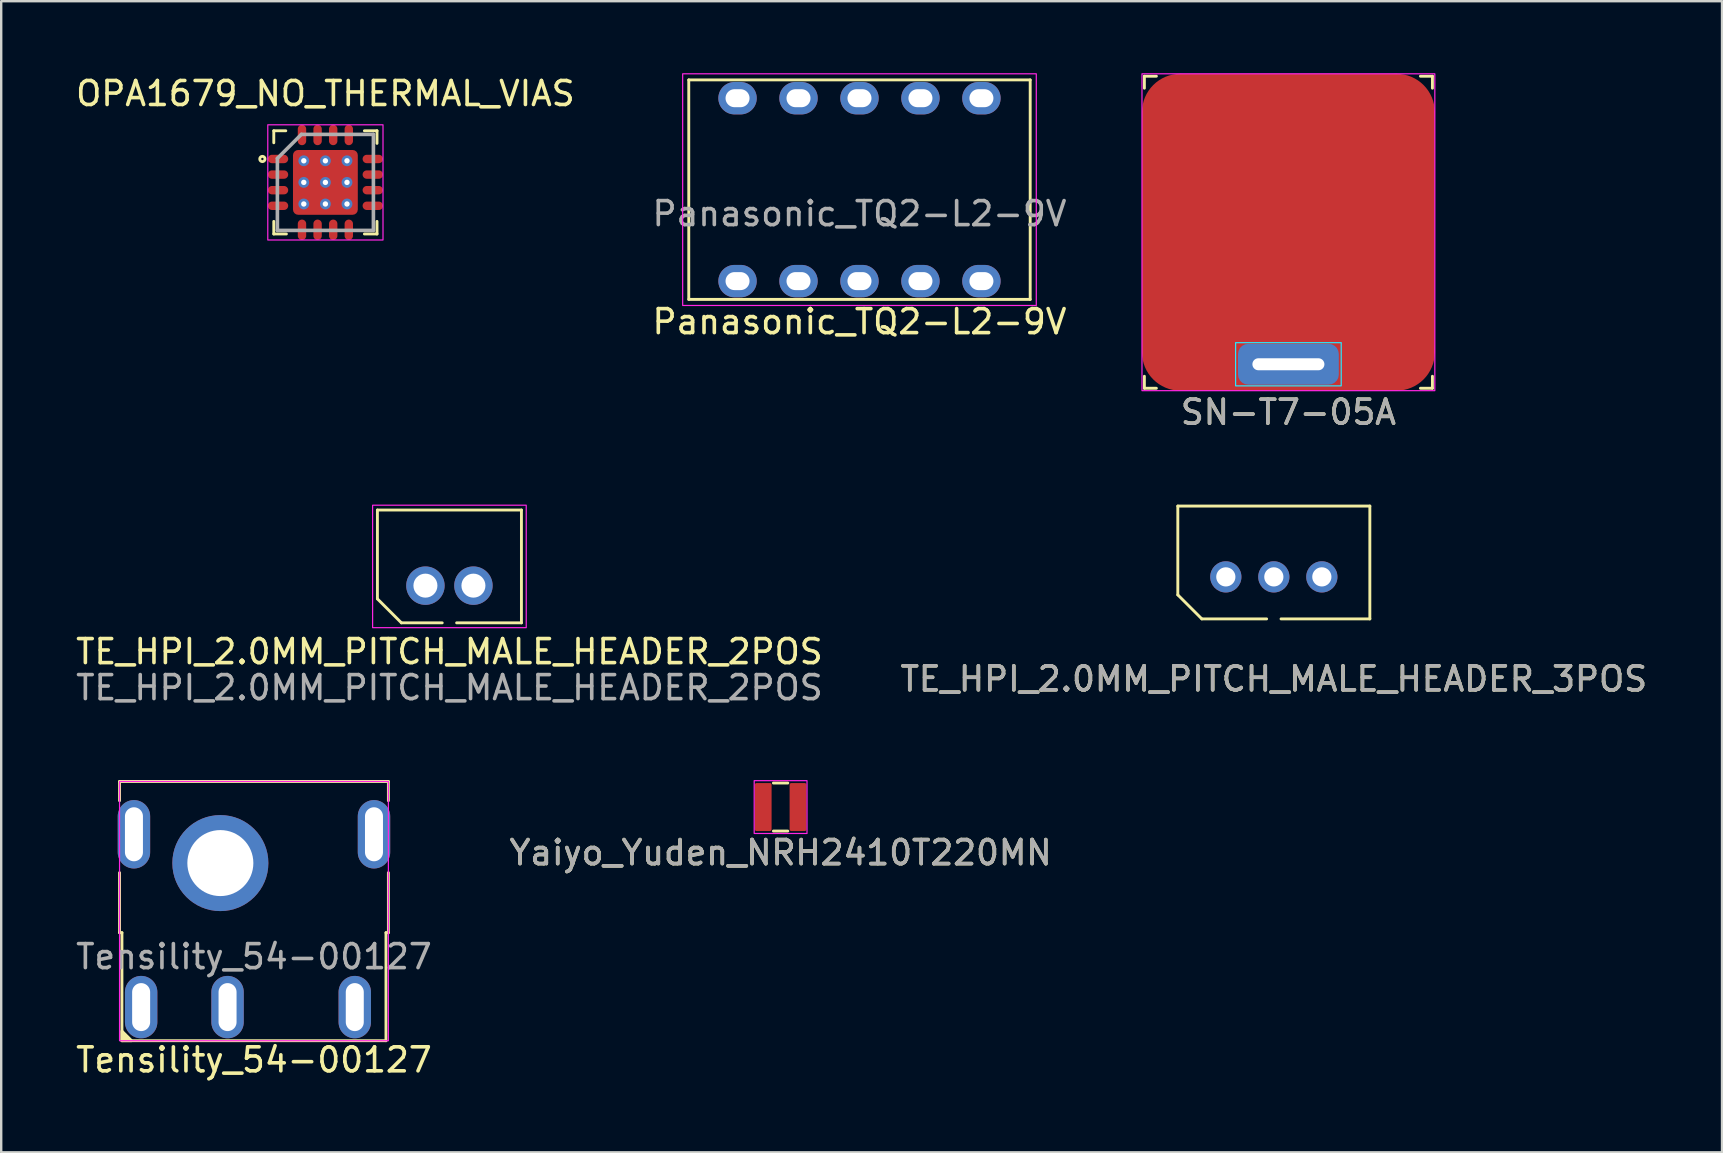
<source format=kicad_pcb>
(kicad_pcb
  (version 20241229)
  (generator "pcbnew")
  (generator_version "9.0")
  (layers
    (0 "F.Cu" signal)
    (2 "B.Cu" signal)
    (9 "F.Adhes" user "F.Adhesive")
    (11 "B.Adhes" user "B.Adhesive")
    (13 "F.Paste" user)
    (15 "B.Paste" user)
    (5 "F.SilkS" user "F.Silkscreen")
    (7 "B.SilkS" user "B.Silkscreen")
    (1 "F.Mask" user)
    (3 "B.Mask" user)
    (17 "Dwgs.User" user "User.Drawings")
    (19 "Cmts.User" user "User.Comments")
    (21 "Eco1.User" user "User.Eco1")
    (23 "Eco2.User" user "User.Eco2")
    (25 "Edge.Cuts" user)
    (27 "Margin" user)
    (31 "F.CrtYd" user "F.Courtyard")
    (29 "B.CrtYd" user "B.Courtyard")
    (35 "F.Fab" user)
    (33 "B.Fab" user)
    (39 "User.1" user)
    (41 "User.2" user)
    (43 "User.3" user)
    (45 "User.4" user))
  (footprint "OPA1679_NO_THERMAL_VIAS"
    (layer "F.Cu")
    (at 10.506 4.548)
    (property "Reference" "OPA1679_NO_THERMAL_VIAS" (at 0 -3.7 0) (layer "F.SilkS") (effects (font (size 1 1) (thickness 0.15))))
    (attr through_hole)
    (fp_line (start -2.15 -2.15) (end -2.15 -1.65) (stroke (width 0.12) (type solid)) (layer "F.SilkS"))
    (fp_line (start -2.15 -2.15) (end -1.65 -2.15) (stroke (width 0.12) (type solid)) (layer "F.SilkS"))
    (fp_line (start -2.15 2.15) (end -2.15 1.625) (stroke (width 0.12) (type solid)) (layer "F.SilkS"))
    (fp_line (start -1.625 2.15) (end -2.15 2.15) (stroke (width 0.12) (type solid)) (layer "F.SilkS"))
    (fp_line (start 1.625 -2.15) (end 2.15 -2.15) (stroke (width 0.12) (type solid)) (layer "F.SilkS"))
    (fp_line (start 1.625 2.15) (end 2.15 2.15) (stroke (width 0.12) (type solid)) (layer "F.SilkS"))
    (fp_line (start 2.15 -2.15) (end 2.15 -1.625) (stroke (width 0.12) (type solid)) (layer "F.SilkS"))
    (fp_line (start 2.15 2.15) (end 2.15 1.625) (stroke (width 0.12) (type solid)) (layer "F.SilkS"))
    (fp_circle (center -2.625 -0.975) (end -2.625 -0.925) (stroke (width 0.12) (type solid)) (fill no) (layer "F.SilkS"))
    (fp_rect (start -1.175 -1.175) (end -0.075 -0.075) (stroke (width 0) (type solid)) (fill yes) (layer "F.Paste"))
    (fp_rect (start -1.175 0.075) (end -0.075 1.175) (stroke (width 0) (type solid)) (fill yes) (layer "F.Paste"))
    (fp_rect (start 0.075 -1.175) (end 1.175 -0.075) (stroke (width 0) (type solid)) (fill yes) (layer "F.Paste"))
    (fp_rect (start 0.075 0.075) (end 1.175 1.175) (stroke (width 0) (type solid)) (fill yes) (layer "F.Paste"))
    (fp_rect (start -2.4 2.4) (end 2.4 -2.4) (stroke (width 0.05) (type solid)) (fill no) (layer "F.CrtYd"))
    (fp_line (start -2 -1) (end -2 2) (stroke (width 0.15) (type solid)) (layer "F.Fab"))
    (fp_line (start -2 2) (end 2 2) (stroke (width 0.15) (type solid)) (layer "F.Fab"))
    (fp_line (start -1 -2) (end -2 -1) (stroke (width 0.15) (type solid)) (layer "F.Fab"))
    (fp_line (start 2 -2) (end -1 -2) (stroke (width 0.15) (type solid)) (layer "F.Fab"))
    (fp_line (start 2 2) (end 2 -2) (stroke (width 0.15) (type solid)) (layer "F.Fab"))
    (pad "1" smd oval (at -1.975 -0.975 90) (size 0.35 0.85) (layers "F.Cu" "F.Mask" "F.Paste"))
    (pad "2" smd oval (at -1.975 -0.325 90) (size 0.35 0.85) (layers "F.Cu" "F.Mask" "F.Paste"))
    (pad "3" smd oval (at -1.975 0.325 90) (size 0.35 0.85) (layers "F.Cu" "F.Mask" "F.Paste"))
    (pad "4" smd oval (at -1.975 0.975 90) (size 0.35 0.85) (layers "F.Cu" "F.Mask" "F.Paste"))
    (pad "5" smd oval (at -0.975 1.975) (size 0.35 0.85) (layers "F.Cu" "F.Mask" "F.Paste"))
    (pad "6" smd oval (at -0.325 1.975) (size 0.35 0.85) (layers "F.Cu" "F.Mask" "F.Paste"))
    (pad "7" smd oval (at 0.325 1.975) (size 0.35 0.85) (layers "F.Cu" "F.Mask" "F.Paste"))
    (pad "8" smd oval (at 0.975 1.975) (size 0.35 0.85) (layers "F.Cu" "F.Mask" "F.Paste"))
    (pad "9" smd oval (at 1.975 0.975 90) (size 0.35 0.85) (layers "F.Cu" "F.Mask" "F.Paste"))
    (pad "10" smd oval (at 1.975 0.325 90) (size 0.35 0.85) (layers "F.Cu" "F.Mask" "F.Paste"))
    (pad "11" smd oval (at 1.975 -0.325 90) (size 0.35 0.85) (layers "F.Cu" "F.Mask" "F.Paste"))
    (pad "12" smd oval (at 1.975 -0.975 90) (size 0.35 0.85) (layers "F.Cu" "F.Mask" "F.Paste"))
    (pad "13" smd oval (at 0.975 -1.975) (size 0.35 0.85) (layers "F.Cu" "F.Mask" "F.Paste"))
    (pad "14" smd oval (at 0.325 -1.975) (size 0.35 0.85) (layers "F.Cu" "F.Mask" "F.Paste"))
    (pad "15" smd oval (at -0.325 -1.975) (size 0.35 0.85) (layers "F.Cu" "F.Mask" "F.Paste"))
    (pad "16" smd oval (at -0.975 -1.975) (size 0.35 0.85) (layers "F.Cu" "F.Mask" "F.Paste"))
    (pad "17" thru_hole circle (at -0.9 -0.9) (size 0.45 0.45) (drill 0.225) (property pad_prop_heatsink) (layers "*.Cu" "*.Mask"))
    (pad "17" thru_hole circle (at -0.9 0) (size 0.45 0.45) (drill 0.225) (property pad_prop_heatsink) (layers "*.Cu" "*.Mask"))
    (pad "17" thru_hole circle (at -0.9 0.9) (size 0.45 0.45) (drill 0.225) (property pad_prop_heatsink) (layers "*.Cu" "*.Mask"))
    (pad "17" thru_hole circle (at 0 -0.9) (size 0.45 0.45) (drill 0.225) (property pad_prop_heatsink) (layers "*.Cu" "*.Mask"))
    (pad "17" thru_hole circle (at 0 0) (size 0.45 0.45) (drill 0.225) (property pad_prop_heatsink) (layers "*.Cu" "*.Mask"))
    (pad "17" smd roundrect (at 0 0) (size 2.7 2.7) (layers "F.Cu" "F.Mask" "F.Paste") (roundrect_rratio 0.08))
    (pad "17" thru_hole circle (at 0 0.9) (size 0.45 0.45) (drill 0.225) (property pad_prop_heatsink) (layers "*.Cu" "*.Mask"))
    (pad "17" thru_hole circle (at 0.9 -0.9) (size 0.45 0.45) (drill 0.225) (property pad_prop_heatsink) (layers "*.Cu" "*.Mask"))
    (pad "17" thru_hole circle (at 0.9 0) (size 0.45 0.45) (drill 0.225) (property pad_prop_heatsink) (layers "*.Cu" "*.Mask"))
    (pad "17" thru_hole circle (at 0.9 0.9) (size 0.45 0.45) (drill 0.225) (property pad_prop_heatsink) (layers "*.Cu" "*.Mask")))
  (footprint "Yaiyo_Yuden_NRH2410T220MN"
    (layer "F.Cu")
    (at 29.47 30.572)
    (property "Reference" "Yaiyo_Yuden_NRH2410T220MN" (at 0 1.9 0) (unlocked yes) (layer "F.SilkS") (effects (font (size 1 1) (thickness 0.15))))
    (attr smd)
    (fp_line (start -0.3 -1) (end 0.3 -1) (stroke (width 0.12) (type solid)) (layer "F.SilkS"))
    (fp_line (start -0.3 1) (end 0.3 1) (stroke (width 0.12) (type solid)) (layer "F.SilkS"))
    (fp_rect (start -1.1 -1.1) (end 1.1 1.1) (stroke (width 0.05) (type solid)) (fill no) (layer "F.CrtYd"))
    (fp_text user "${REFERENCE}" (at 0 1.9 0) (unlocked yes) (layer "F.Fab") (effects (font (size 1 1) (thickness 0.15))))
    (pad "1" smd roundrect (at -0.725 0) (size 0.7 2) (layers "F.Cu" "F.Mask" "F.Paste") (roundrect_rratio 0.1))
    (pad "2" smd roundrect (at 0.725 0) (size 0.7 2) (layers "F.Cu" "F.Mask" "F.Paste") (roundrect_rratio 0.1)))
  (footprint "Tensility_54-00127"
    (layer "F.Cu")
    (at 7.53 34.306)
    (property "Reference" "Tensility_54-00127" (at 0 6.8 0) (unlocked yes) (layer "F.SilkS") (effects (font (size 1 1) (thickness 0.15))))
    (attr through_hole)
    (fp_line (start -5.6 -4.8) (end -5.6 -4) (stroke (width 0.12) (type solid)) (layer "F.SilkS"))
    (fp_line (start -5.6 -4.8) (end 5.6 -4.8) (stroke (width 0.12) (type solid)) (layer "F.SilkS"))
    (fp_line (start -5.6 1.5) (end -5.6 -1) (stroke (width 0.12) (type solid)) (layer "F.SilkS"))
    (fp_line (start -5.5 1.5) (end -5.6 1.5) (stroke (width 0.12) (type solid)) (layer "F.SilkS"))
    (fp_line (start -5.5 6) (end -5.5 1.5) (stroke (width 0.12) (type solid)) (layer "F.SilkS"))
    (fp_line (start 5.5 1.5) (end 5.5 6) (stroke (width 0.12) (type solid)) (layer "F.SilkS"))
    (fp_line (start 5.5 6) (end -5.5 6) (stroke (width 0.12) (type solid)) (layer "F.SilkS"))
    (fp_line (start 5.6 -4.8) (end 5.6 -4) (stroke (width 0.12) (type solid)) (layer "F.SilkS"))
    (fp_line (start 5.6 -1) (end 5.6 1.5) (stroke (width 0.12) (type solid)) (layer "F.SilkS"))
    (fp_line (start 5.6 1.5) (end 5.5 1.5) (stroke (width 0.12) (type solid)) (layer "F.SilkS"))
    (fp_poly (pts (xy -5.1 6) (xy -5.5 6) (xy -5.5 5.6)) (stroke (width 0.12) (type solid)) (fill yes) (layer "F.SilkS"))
    (fp_rect (start -5.6 -4.8) (end 5.6 6) (stroke (width 0.05) (type solid)) (fill no) (layer "F.CrtYd"))
    (fp_text user "${REFERENCE}" (at 0 2.5 0) (unlocked yes) (layer "F.Fab") (effects (font (size 1 1) (thickness 0.15))))
    (pad "" np_thru_hole circle (at -1.4 -1.4) (size 4 4) (drill 2.75) (layers "*.Cu" "*.Mask"))
    (pad "1" thru_hole oval (at -4.7 4.6) (size 1.35 2.6) (drill oval 0.75 2) (layers "*.Cu" "*.Mask"))
    (pad "2" thru_hole oval (at 4.2 4.6) (size 1.35 2.6) (drill oval 0.75 2) (layers "*.Cu" "*.Mask"))
    (pad "3" thru_hole oval (at -1.1 4.6) (size 1.35 2.6) (drill oval 0.75 2) (layers "*.Cu" "*.Mask"))
    (pad "4" thru_hole oval (at -5 -2.6) (size 1.35 2.85) (drill oval 0.75 2.25) (layers "*.Cu" "*.Mask"))
    (pad "5" thru_hole oval (at 5 -2.6) (size 1.35 2.85) (drill oval 0.75 2.25) (layers "*.Cu" "*.Mask")))
  (footprint "TE_HPI_2.0MM_PITCH_MALE_HEADER_2POS"
    (layer "F.Cu")
    (at 15.673 23.098)
    (property "Reference" "TE_HPI_2.0MM_PITCH_MALE_HEADER_2POS" (at 0 1 0) (unlocked yes) (layer "F.SilkS") (effects (font (size 1 1) (thickness 0.15))))
    (attr through_hole)
    (fp_line (start -3 -4.9) (end 3 -4.9) (stroke (width 0.12) (type solid)) (layer "F.SilkS"))
    (fp_line (start -3 -1.2) (end -3 -4.9) (stroke (width 0.12) (type solid)) (layer "F.SilkS"))
    (fp_line (start -3 -1.2) (end -2 -0.2) (stroke (width 0.12) (type solid)) (layer "F.SilkS"))
    (fp_line (start -0.3 -0.2) (end -2 -0.2) (stroke (width 0.12) (type solid)) (layer "F.SilkS"))
    (fp_line (start 0.3 -0.2) (end 3 -0.2) (stroke (width 0.12) (type solid)) (layer "F.SilkS"))
    (fp_line (start 3 -4.9) (end 3 -0.2) (stroke (width 0.12) (type solid)) (layer "F.SilkS"))
    (fp_rect (start -3.2 -5.1) (end 3.2 0) (stroke (width 0.05) (type solid)) (fill no) (layer "F.CrtYd"))
    (fp_text user "${REFERENCE}" (at 0 2.5 0) (unlocked yes) (layer "F.Fab") (effects (font (size 1 1) (thickness 0.15))))
    (pad "1" thru_hole circle (at -1 -1.75) (size 1.6 1.6) (drill 1) (layers "*.Cu" "*.Mask"))
    (pad "2" thru_hole circle (at 1 -1.75) (size 1.6 1.6) (drill 1) (layers "*.Cu" "*.Mask")))
  (footprint "TE_HPI_2.0MM_PITCH_MALE_HEADER_3POS"
    (layer "F.Cu")
    (at 50.018 22.733)
    (property "Reference" "TE_HPI_2.0MM_PITCH_MALE_HEADER_3POS" (at 0 2.5 0) (unlocked yes) (layer "F.SilkS") (effects (font (size 1 1) (thickness 0.15))))
    (attr through_hole)
    (fp_line (start -4 -4.7) (end -4 -1) (stroke (width 0.12) (type solid)) (layer "F.SilkS"))
    (fp_line (start -4 -4.7) (end 4 -4.7) (stroke (width 0.12) (type solid)) (layer "F.SilkS"))
    (fp_line (start -4 -1) (end -3 0) (stroke (width 0.12) (type solid)) (layer "F.SilkS"))
    (fp_line (start -0.3 0) (end -3 0) (stroke (width 0.12) (type solid)) (layer "F.SilkS"))
    (fp_line (start 0.3 0) (end 4 0) (stroke (width 0.12) (type solid)) (layer "F.SilkS"))
    (fp_line (start 4 -4.7) (end 4 0) (stroke (width 0.12) (type solid)) (layer "F.SilkS"))
    (fp_text user "${REFERENCE}" (at 0 2.5 0) (unlocked yes) (layer "F.Fab") (effects (font (size 1 1) (thickness 0.15))))
    (pad "1" thru_hole circle (at -2 -1.75) (size 1.3 1.3) (drill 0.8) (layers "*.Cu" "*.Mask"))
    (pad "2" thru_hole circle (at 0 -1.75) (size 1.3 1.3) (drill 0.8) (layers "*.Cu" "*.Mask"))
    (pad "3" thru_hole circle (at 2 -1.75) (size 1.3 1.3) (drill 0.8) (layers "*.Cu" "*.Mask")))
  (footprint "Panasonic_TQ2-L2-9V"
    (layer "F.Cu")
    (at 32.756 4.851)
    (property "Reference" "Panasonic_TQ2-L2-9V" (at 0 5.5 0) (unlocked yes) (layer "F.SilkS") (effects (font (size 1 1) (thickness 0.15))))
    (attr through_hole)
    (fp_line (start -7.112 -4.572) (end -7.112 4.572) (stroke (width 0.12) (type solid)) (layer "F.SilkS"))
    (fp_line (start -7.112 4.572) (end 7.112 4.572) (stroke (width 0.12) (type solid)) (layer "F.SilkS"))
    (fp_line (start 7.112 -4.572) (end -7.112 -4.572) (stroke (width 0.12) (type solid)) (layer "F.SilkS"))
    (fp_line (start 7.112 4.572) (end 7.112 -4.572) (stroke (width 0.12) (type solid)) (layer "F.SilkS"))
    (fp_rect (start -7.366 -4.826) (end 7.366 4.826) (stroke (width 0.05) (type solid)) (fill no) (layer "F.CrtYd"))
    (fp_text user "${REFERENCE}" (at 0 1 0) (unlocked yes) (layer "F.Fab") (effects (font (size 1 1) (thickness 0.15))))
    (pad "1" thru_hole oval (at -5.08 -3.81) (size 1.6 1.35) (drill oval 1 0.75) (layers "*.Cu" "*.Mask"))
    (pad "2" thru_hole oval (at -2.54 -3.81) (size 1.6 1.35) (drill oval 1 0.75) (layers "*.Cu" "*.Mask"))
    (pad "3" thru_hole oval (at 0 -3.81) (size 1.6 1.35) (drill oval 1 0.75) (layers "*.Cu" "*.Mask"))
    (pad "4" thru_hole oval (at 2.54 -3.81) (size 1.6 1.35) (drill oval 1 0.75) (layers "*.Cu" "*.Mask"))
    (pad "5" thru_hole oval (at 5.08 -3.81) (size 1.6 1.35) (drill oval 1 0.75) (layers "*.Cu" "*.Mask"))
    (pad "6" thru_hole oval (at -5.08 3.81) (size 1.6 1.35) (drill oval 1 0.75) (layers "*.Cu" "*.Mask"))
    (pad "7" thru_hole oval (at -2.54 3.81) (size 1.6 1.35) (drill oval 1 0.75) (layers "*.Cu" "*.Mask"))
    (pad "8" thru_hole oval (at 0 3.81) (size 1.6 1.35) (drill oval 1 0.75) (layers "*.Cu" "*.Mask"))
    (pad "9" thru_hole oval (at 2.54 3.81) (size 1.6 1.35) (drill oval 1 0.75) (layers "*.Cu" "*.Mask"))
    (pad "10" thru_hole oval (at 5.08 3.81) (size 1.6 1.35) (drill oval 1 0.75) (layers "*.Cu" "*.Mask")))
  (footprint "SN-T7-05A"
    (layer "F.Cu")
    (at 50.625 12.125)
    (property "Reference" "SN-T7-05A" (at 0 2 0) (unlocked yes) (layer "F.SilkS") (effects (font (size 1 1) (thickness 0.15))))
    (attr through_hole)
    (fp_rect (start -6 -10.5) (end 6 -0.5) (stroke (width 0.2) (type solid)) (fill yes) (layer "F.Cu"))
    (fp_rect (start -4.5 -12) (end 4.5 1) (stroke (width 0.2) (type solid)) (fill yes) (layer "F.Cu"))
    (fp_circle (center -4.5 -10.5) (end -3 -10.5) (stroke (width 0.2) (type solid)) (fill yes) (layer "F.Cu"))
    (fp_circle (center -4.5 -0.5) (end -3 -0.5) (stroke (width 0.2) (type solid)) (fill yes) (layer "F.Cu"))
    (fp_circle (center 4.5 -10.5) (end 6 -10.5) (stroke (width 0.2) (type solid)) (fill yes) (layer "F.Cu"))
    (fp_circle (center 4.5 -0.5) (end 6 -0.5) (stroke (width 0.2) (type solid)) (fill yes) (layer "F.Cu"))
    (fp_rect (start -6 -10.5) (end 6 -0.5) (stroke (width 0.2) (type solid)) (fill yes) (layer "F.Mask"))
    (fp_rect (start -4.5 -12) (end 4.5 1) (stroke (width 0.2) (type solid)) (fill yes) (layer "F.Mask"))
    (fp_circle (center -4.5 -10.5) (end -3 -10.5) (stroke (width 0.2) (type solid)) (fill yes) (layer "F.Mask"))
    (fp_circle (center -4.5 -0.5) (end -3 -0.5) (stroke (width 0.2) (type solid)) (fill yes) (layer "F.Mask"))
    (fp_circle (center 4.5 -10.5) (end 6 -10.5) (stroke (width 0.2) (type solid)) (fill yes) (layer "F.Mask"))
    (fp_circle (center 4.5 -0.5) (end 6 -0.5) (stroke (width 0.2) (type solid)) (fill yes) (layer "F.Mask"))
    (fp_line (start -6 -12) (end -5.5 -12) (stroke (width 0.12) (type solid)) (layer "F.SilkS"))
    (fp_line (start -6 -11.5) (end -6 -12) (stroke (width 0.12) (type solid)) (layer "F.SilkS"))
    (fp_line (start -6 1) (end -6 0.5) (stroke (width 0.12) (type solid)) (layer "F.SilkS"))
    (fp_line (start -5.5 1) (end -6 1) (stroke (width 0.12) (type solid)) (layer "F.SilkS"))
    (fp_line (start 5.5 -12) (end 6 -12) (stroke (width 0.12) (type solid)) (layer "F.SilkS"))
    (fp_line (start 5.5 1) (end 6 1) (stroke (width 0.12) (type solid)) (layer "F.SilkS"))
    (fp_line (start 6 -12) (end 6 -11.5) (stroke (width 0.12) (type solid)) (layer "F.SilkS"))
    (fp_line (start 6 1) (end 6 0.5) (stroke (width 0.12) (type solid)) (layer "F.SilkS"))
    (fp_rect (start -2.2 -0.9) (end 2.2 0.9) (stroke (width 0.05) (type solid)) (fill no) (layer "B.CrtYd"))
    (fp_rect (start -6.1 -12.1) (end 6.1 1.1) (stroke (width 0.05) (type solid)) (fill no) (layer "F.CrtYd"))
    (fp_text user "${REFERENCE}" (at 0 2 0) (unlocked yes) (layer "F.Fab") (effects (font (size 1 1) (thickness 0.15))))
    (pad "1" thru_hole roundrect (at 0 0) (size 4.2 1.7) (drill oval 3 0.5) (layers "*.Cu" "*.Mask") (roundrect_rratio 0.25)))
  (gr_rect
    (start -3 -3)
    (end 68.69 44.955)
    (stroke (width 0.1) (type default))
    (fill no)
    (layer "Edge.Cuts")))
</source>
